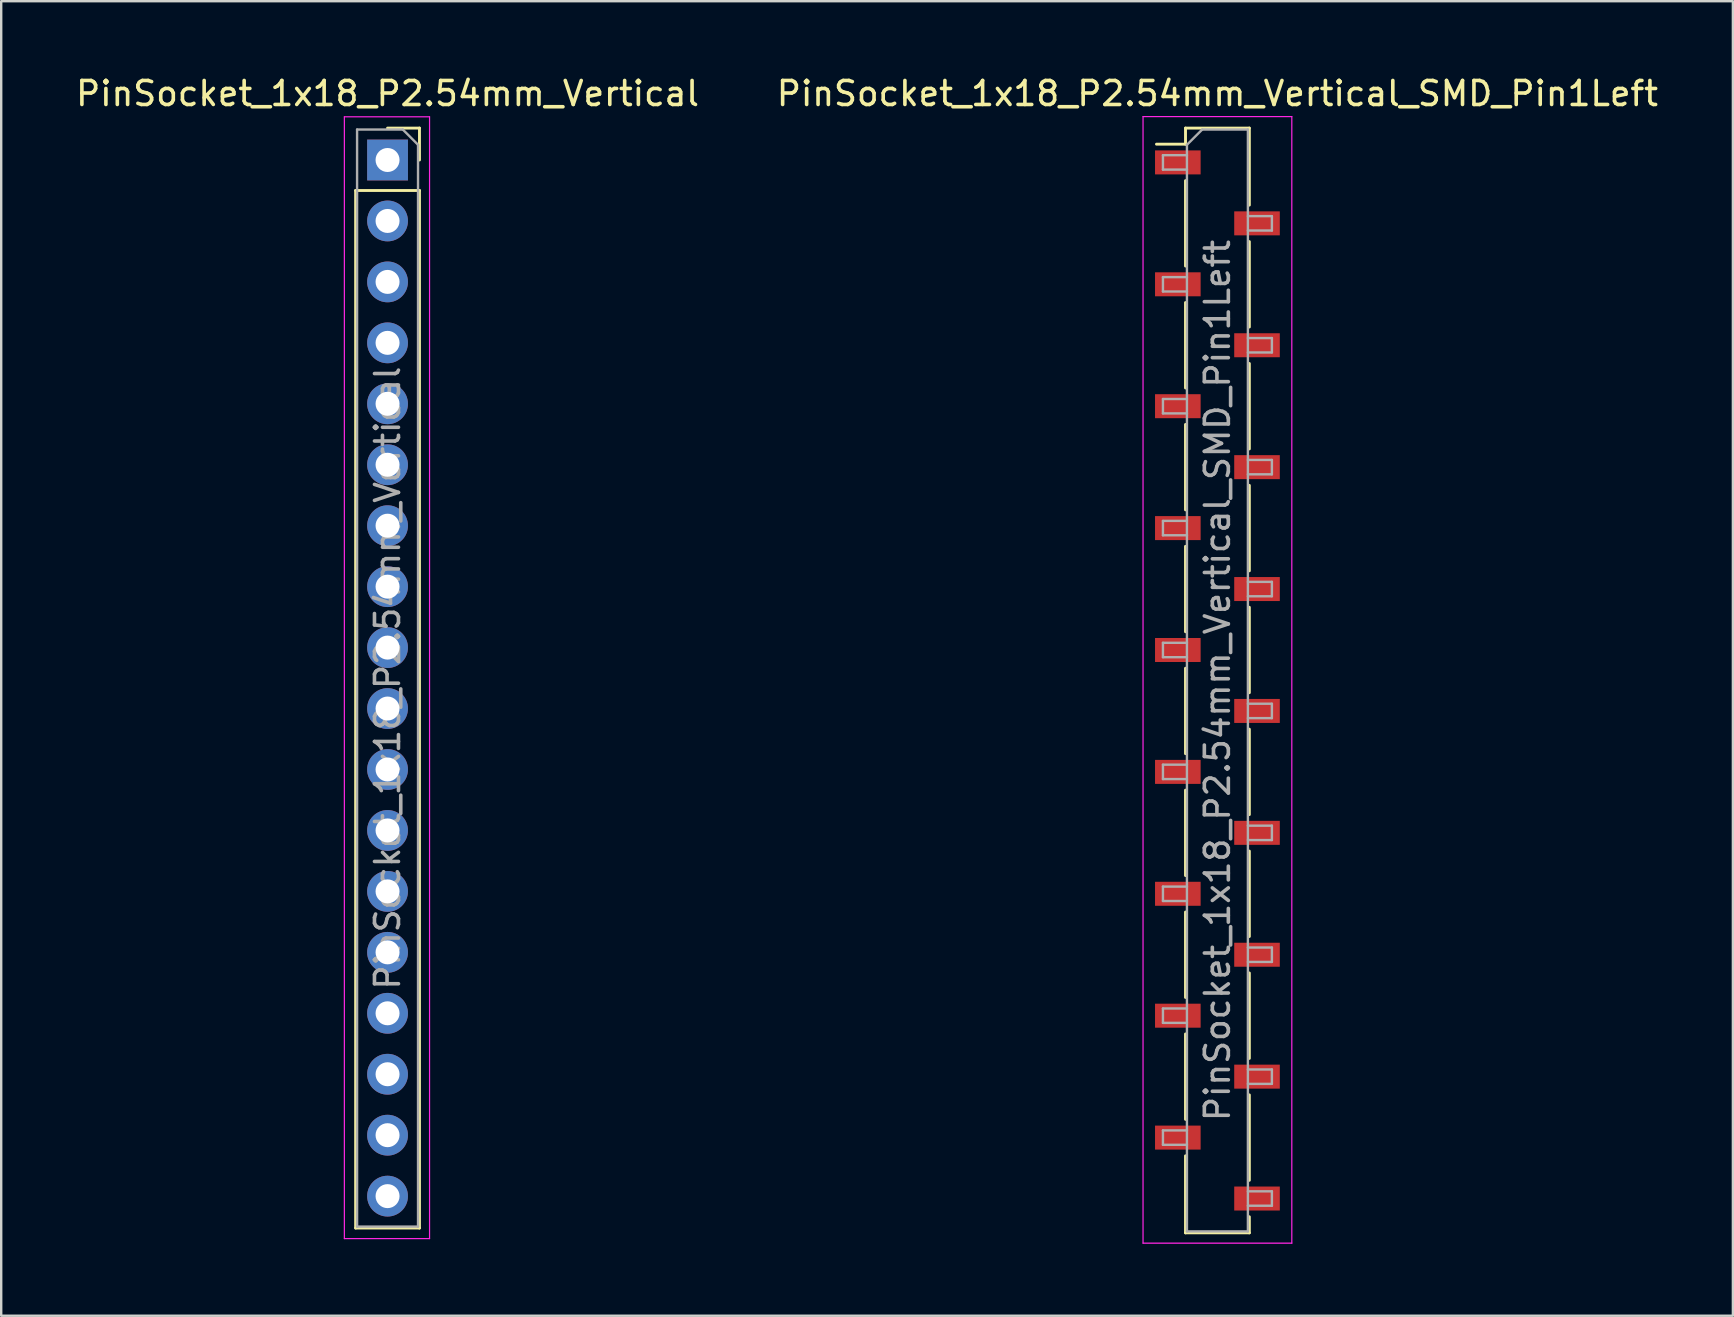
<source format=kicad_pcb>
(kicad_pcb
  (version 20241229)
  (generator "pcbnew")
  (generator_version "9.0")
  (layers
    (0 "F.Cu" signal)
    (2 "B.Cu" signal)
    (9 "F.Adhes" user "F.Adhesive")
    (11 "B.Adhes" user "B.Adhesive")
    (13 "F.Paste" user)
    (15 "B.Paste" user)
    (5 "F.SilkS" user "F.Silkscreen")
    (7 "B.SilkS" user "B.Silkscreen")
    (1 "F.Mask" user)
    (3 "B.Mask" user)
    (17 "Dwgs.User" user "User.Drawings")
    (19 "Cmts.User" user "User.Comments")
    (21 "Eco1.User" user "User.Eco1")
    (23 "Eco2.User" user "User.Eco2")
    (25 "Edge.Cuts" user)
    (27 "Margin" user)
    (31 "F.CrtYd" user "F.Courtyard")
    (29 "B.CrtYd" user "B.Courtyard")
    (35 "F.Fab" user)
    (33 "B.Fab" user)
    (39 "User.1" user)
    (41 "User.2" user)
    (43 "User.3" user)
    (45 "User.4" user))
  (footprint "PinSocket_1x18_P2.54mm_Vertical_SMD_Pin1Left"
    (layer "F.Cu")
    (at 47.685 25.308)
    (property "Reference" "PinSocket_1x18_P2.54mm_Vertical_SMD_Pin1Left" (at 0 -24.46 0) (layer "F.SilkS") (effects (font (size 1 1) (thickness 0.15))))
    (attr smd)
    (fp_line (start -2.54 -22.35) (end -1.33 -22.35) (stroke (width 0.12) (type solid)) (layer "F.SilkS"))
    (fp_line (start -1.33 -23.02) (end -1.33 -22.35) (stroke (width 0.12) (type solid)) (layer "F.SilkS"))
    (fp_line (start -1.33 -23.02) (end 1.33 -23.02) (stroke (width 0.12) (type solid)) (layer "F.SilkS"))
    (fp_line (start -1.33 -20.83) (end -1.33 -17.27) (stroke (width 0.12) (type solid)) (layer "F.SilkS"))
    (fp_line (start -1.33 -15.75) (end -1.33 -12.19) (stroke (width 0.12) (type solid)) (layer "F.SilkS"))
    (fp_line (start -1.33 -10.67) (end -1.33 -7.11) (stroke (width 0.12) (type solid)) (layer "F.SilkS"))
    (fp_line (start -1.33 -5.59) (end -1.33 -2.03) (stroke (width 0.12) (type solid)) (layer "F.SilkS"))
    (fp_line (start -1.33 -0.51) (end -1.33 3.05) (stroke (width 0.12) (type solid)) (layer "F.SilkS"))
    (fp_line (start -1.33 4.57) (end -1.33 8.13) (stroke (width 0.12) (type solid)) (layer "F.SilkS"))
    (fp_line (start -1.33 9.65) (end -1.33 13.21) (stroke (width 0.12) (type solid)) (layer "F.SilkS"))
    (fp_line (start -1.33 14.73) (end -1.33 18.29) (stroke (width 0.12) (type solid)) (layer "F.SilkS"))
    (fp_line (start -1.33 19.81) (end -1.33 23.02) (stroke (width 0.12) (type solid)) (layer "F.SilkS"))
    (fp_line (start -1.33 23.02) (end 1.33 23.02) (stroke (width 0.12) (type solid)) (layer "F.SilkS"))
    (fp_line (start 1.33 -23.02) (end 1.33 -19.81) (stroke (width 0.12) (type solid)) (layer "F.SilkS"))
    (fp_line (start 1.33 -18.29) (end 1.33 -14.73) (stroke (width 0.12) (type solid)) (layer "F.SilkS"))
    (fp_line (start 1.33 -13.21) (end 1.33 -9.65) (stroke (width 0.12) (type solid)) (layer "F.SilkS"))
    (fp_line (start 1.33 -8.13) (end 1.33 -4.57) (stroke (width 0.12) (type solid)) (layer "F.SilkS"))
    (fp_line (start 1.33 -3.05) (end 1.33 0.51) (stroke (width 0.12) (type solid)) (layer "F.SilkS"))
    (fp_line (start 1.33 2.03) (end 1.33 5.59) (stroke (width 0.12) (type solid)) (layer "F.SilkS"))
    (fp_line (start 1.33 7.11) (end 1.33 10.67) (stroke (width 0.12) (type solid)) (layer "F.SilkS"))
    (fp_line (start 1.33 12.19) (end 1.33 15.75) (stroke (width 0.12) (type solid)) (layer "F.SilkS"))
    (fp_line (start 1.33 17.27) (end 1.33 20.83) (stroke (width 0.12) (type solid)) (layer "F.SilkS"))
    (fp_line (start 1.33 22.35) (end 1.33 23.02) (stroke (width 0.12) (type solid)) (layer "F.SilkS"))
    (fp_line (start -3.1 -23.5) (end 3.1 -23.5) (stroke (width 0.05) (type solid)) (layer "F.CrtYd"))
    (fp_line (start -3.1 23.45) (end -3.1 -23.5) (stroke (width 0.05) (type solid)) (layer "F.CrtYd"))
    (fp_line (start 3.1 -23.5) (end 3.1 23.45) (stroke (width 0.05) (type solid)) (layer "F.CrtYd"))
    (fp_line (start 3.1 23.45) (end -3.1 23.45) (stroke (width 0.05) (type solid)) (layer "F.CrtYd"))
    (fp_line (start -2.27 -21.89) (end -1.27 -21.89) (stroke (width 0.1) (type solid)) (layer "F.Fab"))
    (fp_line (start -2.27 -21.29) (end -2.27 -21.89) (stroke (width 0.1) (type solid)) (layer "F.Fab"))
    (fp_line (start -2.27 -16.81) (end -1.27 -16.81) (stroke (width 0.1) (type solid)) (layer "F.Fab"))
    (fp_line (start -2.27 -16.21) (end -2.27 -16.81) (stroke (width 0.1) (type solid)) (layer "F.Fab"))
    (fp_line (start -2.27 -11.73) (end -1.27 -11.73) (stroke (width 0.1) (type solid)) (layer "F.Fab"))
    (fp_line (start -2.27 -11.13) (end -2.27 -11.73) (stroke (width 0.1) (type solid)) (layer "F.Fab"))
    (fp_line (start -2.27 -6.65) (end -1.27 -6.65) (stroke (width 0.1) (type solid)) (layer "F.Fab"))
    (fp_line (start -2.27 -6.05) (end -2.27 -6.65) (stroke (width 0.1) (type solid)) (layer "F.Fab"))
    (fp_line (start -2.27 -1.57) (end -1.27 -1.57) (stroke (width 0.1) (type solid)) (layer "F.Fab"))
    (fp_line (start -2.27 -0.97) (end -2.27 -1.57) (stroke (width 0.1) (type solid)) (layer "F.Fab"))
    (fp_line (start -2.27 3.51) (end -1.27 3.51) (stroke (width 0.1) (type solid)) (layer "F.Fab"))
    (fp_line (start -2.27 4.11) (end -2.27 3.51) (stroke (width 0.1) (type solid)) (layer "F.Fab"))
    (fp_line (start -2.27 8.59) (end -1.27 8.59) (stroke (width 0.1) (type solid)) (layer "F.Fab"))
    (fp_line (start -2.27 9.19) (end -2.27 8.59) (stroke (width 0.1) (type solid)) (layer "F.Fab"))
    (fp_line (start -2.27 13.67) (end -1.27 13.67) (stroke (width 0.1) (type solid)) (layer "F.Fab"))
    (fp_line (start -2.27 14.27) (end -2.27 13.67) (stroke (width 0.1) (type solid)) (layer "F.Fab"))
    (fp_line (start -2.27 18.75) (end -1.27 18.75) (stroke (width 0.1) (type solid)) (layer "F.Fab"))
    (fp_line (start -2.27 19.35) (end -2.27 18.75) (stroke (width 0.1) (type solid)) (layer "F.Fab"))
    (fp_line (start -1.27 -22.325) (end -0.635 -22.96) (stroke (width 0.1) (type solid)) (layer "F.Fab"))
    (fp_line (start -1.27 -21.29) (end -2.27 -21.29) (stroke (width 0.1) (type solid)) (layer "F.Fab"))
    (fp_line (start -1.27 -16.21) (end -2.27 -16.21) (stroke (width 0.1) (type solid)) (layer "F.Fab"))
    (fp_line (start -1.27 -11.13) (end -2.27 -11.13) (stroke (width 0.1) (type solid)) (layer "F.Fab"))
    (fp_line (start -1.27 -6.05) (end -2.27 -6.05) (stroke (width 0.1) (type solid)) (layer "F.Fab"))
    (fp_line (start -1.27 -0.97) (end -2.27 -0.97) (stroke (width 0.1) (type solid)) (layer "F.Fab"))
    (fp_line (start -1.27 4.11) (end -2.27 4.11) (stroke (width 0.1) (type solid)) (layer "F.Fab"))
    (fp_line (start -1.27 9.19) (end -2.27 9.19) (stroke (width 0.1) (type solid)) (layer "F.Fab"))
    (fp_line (start -1.27 14.27) (end -2.27 14.27) (stroke (width 0.1) (type solid)) (layer "F.Fab"))
    (fp_line (start -1.27 19.35) (end -2.27 19.35) (stroke (width 0.1) (type solid)) (layer "F.Fab"))
    (fp_line (start -1.27 22.96) (end -1.27 -22.325) (stroke (width 0.1) (type solid)) (layer "F.Fab"))
    (fp_line (start -0.635 -22.96) (end 1.27 -22.96) (stroke (width 0.1) (type solid)) (layer "F.Fab"))
    (fp_line (start 1.27 -22.96) (end 1.27 22.96) (stroke (width 0.1) (type solid)) (layer "F.Fab"))
    (fp_line (start 1.27 -19.35) (end 2.27 -19.35) (stroke (width 0.1) (type solid)) (layer "F.Fab"))
    (fp_line (start 1.27 -14.27) (end 2.27 -14.27) (stroke (width 0.1) (type solid)) (layer "F.Fab"))
    (fp_line (start 1.27 -9.19) (end 2.27 -9.19) (stroke (width 0.1) (type solid)) (layer "F.Fab"))
    (fp_line (start 1.27 -4.11) (end 2.27 -4.11) (stroke (width 0.1) (type solid)) (layer "F.Fab"))
    (fp_line (start 1.27 0.97) (end 2.27 0.97) (stroke (width 0.1) (type solid)) (layer "F.Fab"))
    (fp_line (start 1.27 6.05) (end 2.27 6.05) (stroke (width 0.1) (type solid)) (layer "F.Fab"))
    (fp_line (start 1.27 11.13) (end 2.27 11.13) (stroke (width 0.1) (type solid)) (layer "F.Fab"))
    (fp_line (start 1.27 16.21) (end 2.27 16.21) (stroke (width 0.1) (type solid)) (layer "F.Fab"))
    (fp_line (start 1.27 21.29) (end 2.27 21.29) (stroke (width 0.1) (type solid)) (layer "F.Fab"))
    (fp_line (start 1.27 22.96) (end -1.27 22.96) (stroke (width 0.1) (type solid)) (layer "F.Fab"))
    (fp_line (start 2.27 -19.35) (end 2.27 -18.75) (stroke (width 0.1) (type solid)) (layer "F.Fab"))
    (fp_line (start 2.27 -18.75) (end 1.27 -18.75) (stroke (width 0.1) (type solid)) (layer "F.Fab"))
    (fp_line (start 2.27 -14.27) (end 2.27 -13.67) (stroke (width 0.1) (type solid)) (layer "F.Fab"))
    (fp_line (start 2.27 -13.67) (end 1.27 -13.67) (stroke (width 0.1) (type solid)) (layer "F.Fab"))
    (fp_line (start 2.27 -9.19) (end 2.27 -8.59) (stroke (width 0.1) (type solid)) (layer "F.Fab"))
    (fp_line (start 2.27 -8.59) (end 1.27 -8.59) (stroke (width 0.1) (type solid)) (layer "F.Fab"))
    (fp_line (start 2.27 -4.11) (end 2.27 -3.51) (stroke (width 0.1) (type solid)) (layer "F.Fab"))
    (fp_line (start 2.27 -3.51) (end 1.27 -3.51) (stroke (width 0.1) (type solid)) (layer "F.Fab"))
    (fp_line (start 2.27 0.97) (end 2.27 1.57) (stroke (width 0.1) (type solid)) (layer "F.Fab"))
    (fp_line (start 2.27 1.57) (end 1.27 1.57) (stroke (width 0.1) (type solid)) (layer "F.Fab"))
    (fp_line (start 2.27 6.05) (end 2.27 6.65) (stroke (width 0.1) (type solid)) (layer "F.Fab"))
    (fp_line (start 2.27 6.65) (end 1.27 6.65) (stroke (width 0.1) (type solid)) (layer "F.Fab"))
    (fp_line (start 2.27 11.13) (end 2.27 11.73) (stroke (width 0.1) (type solid)) (layer "F.Fab"))
    (fp_line (start 2.27 11.73) (end 1.27 11.73) (stroke (width 0.1) (type solid)) (layer "F.Fab"))
    (fp_line (start 2.27 16.21) (end 2.27 16.81) (stroke (width 0.1) (type solid)) (layer "F.Fab"))
    (fp_line (start 2.27 16.81) (end 1.27 16.81) (stroke (width 0.1) (type solid)) (layer "F.Fab"))
    (fp_line (start 2.27 21.29) (end 2.27 21.89) (stroke (width 0.1) (type solid)) (layer "F.Fab"))
    (fp_line (start 2.27 21.89) (end 1.27 21.89) (stroke (width 0.1) (type solid)) (layer "F.Fab"))
    (fp_text user "${REFERENCE}" (at 0 0 90) (layer "F.Fab") (effects (font (size 1 1) (thickness 0.15))))
    (pad "1" smd rect (at -1.65 -21.59) (size 1.9 1) (layers "F.Cu" "F.Mask" "F.Paste"))
    (pad "2" smd rect (at 1.65 -19.05) (size 1.9 1) (layers "F.Cu" "F.Mask" "F.Paste"))
    (pad "3" smd rect (at -1.65 -16.51) (size 1.9 1) (layers "F.Cu" "F.Mask" "F.Paste"))
    (pad "4" smd rect (at 1.65 -13.97) (size 1.9 1) (layers "F.Cu" "F.Mask" "F.Paste"))
    (pad "5" smd rect (at -1.65 -11.43) (size 1.9 1) (layers "F.Cu" "F.Mask" "F.Paste"))
    (pad "6" smd rect (at 1.65 -8.89) (size 1.9 1) (layers "F.Cu" "F.Mask" "F.Paste"))
    (pad "7" smd rect (at -1.65 -6.35) (size 1.9 1) (layers "F.Cu" "F.Mask" "F.Paste"))
    (pad "8" smd rect (at 1.65 -3.81) (size 1.9 1) (layers "F.Cu" "F.Mask" "F.Paste"))
    (pad "9" smd rect (at -1.65 -1.27) (size 1.9 1) (layers "F.Cu" "F.Mask" "F.Paste"))
    (pad "10" smd rect (at 1.65 1.27) (size 1.9 1) (layers "F.Cu" "F.Mask" "F.Paste"))
    (pad "11" smd rect (at -1.65 3.81) (size 1.9 1) (layers "F.Cu" "F.Mask" "F.Paste"))
    (pad "12" smd rect (at 1.65 6.35) (size 1.9 1) (layers "F.Cu" "F.Mask" "F.Paste"))
    (pad "13" smd rect (at -1.65 8.89) (size 1.9 1) (layers "F.Cu" "F.Mask" "F.Paste"))
    (pad "14" smd rect (at 1.65 11.43) (size 1.9 1) (layers "F.Cu" "F.Mask" "F.Paste"))
    (pad "15" smd rect (at -1.65 13.97) (size 1.9 1) (layers "F.Cu" "F.Mask" "F.Paste"))
    (pad "16" smd rect (at 1.65 16.51) (size 1.9 1) (layers "F.Cu" "F.Mask" "F.Paste"))
    (pad "17" smd rect (at -1.65 19.05) (size 1.9 1) (layers "F.Cu" "F.Mask" "F.Paste"))
    (pad "18" smd rect (at 1.65 21.59) (size 1.9 1) (layers "F.Cu" "F.Mask" "F.Paste")))
  (footprint "PinSocket_1x18_P2.54mm_Vertical"
    (layer "F.Cu")
    (at 13.101 3.618)
    (property "Reference" "PinSocket_1x18_P2.54mm_Vertical" (at 0 -2.77 0) (layer "F.SilkS") (effects (font (size 1 1) (thickness 0.15))))
    (attr through_hole)
    (fp_line (start -1.33 1.27) (end -1.33 44.51) (stroke (width 0.12) (type solid)) (layer "F.SilkS"))
    (fp_line (start -1.33 1.27) (end 1.33 1.27) (stroke (width 0.12) (type solid)) (layer "F.SilkS"))
    (fp_line (start -1.33 44.51) (end 1.33 44.51) (stroke (width 0.12) (type solid)) (layer "F.SilkS"))
    (fp_line (start 0 -1.33) (end 1.33 -1.33) (stroke (width 0.12) (type solid)) (layer "F.SilkS"))
    (fp_line (start 1.33 -1.33) (end 1.33 0) (stroke (width 0.12) (type solid)) (layer "F.SilkS"))
    (fp_line (start 1.33 1.27) (end 1.33 44.51) (stroke (width 0.12) (type solid)) (layer "F.SilkS"))
    (fp_line (start -1.8 -1.8) (end 1.75 -1.8) (stroke (width 0.05) (type solid)) (layer "F.CrtYd"))
    (fp_line (start -1.8 44.95) (end -1.8 -1.8) (stroke (width 0.05) (type solid)) (layer "F.CrtYd"))
    (fp_line (start 1.75 -1.8) (end 1.75 44.95) (stroke (width 0.05) (type solid)) (layer "F.CrtYd"))
    (fp_line (start 1.75 44.95) (end -1.8 44.95) (stroke (width 0.05) (type solid)) (layer "F.CrtYd"))
    (fp_line (start -1.27 -1.27) (end 0.635 -1.27) (stroke (width 0.1) (type solid)) (layer "F.Fab"))
    (fp_line (start -1.27 44.45) (end -1.27 -1.27) (stroke (width 0.1) (type solid)) (layer "F.Fab"))
    (fp_line (start 0.635 -1.27) (end 1.27 -0.635) (stroke (width 0.1) (type solid)) (layer "F.Fab"))
    (fp_line (start 1.27 -0.635) (end 1.27 44.45) (stroke (width 0.1) (type solid)) (layer "F.Fab"))
    (fp_line (start 1.27 44.45) (end -1.27 44.45) (stroke (width 0.1) (type solid)) (layer "F.Fab"))
    (fp_text user "${REFERENCE}" (at 0 21.59 90) (layer "F.Fab") (effects (font (size 1 1) (thickness 0.15))))
    (pad "1" thru_hole rect (at 0 0) (size 1.7 1.7) (drill 1) (layers "*.Cu" "*.Mask"))
    (pad "2" thru_hole oval (at 0 2.54) (size 1.7 1.7) (drill 1) (layers "*.Cu" "*.Mask"))
    (pad "3" thru_hole oval (at 0 5.08) (size 1.7 1.7) (drill 1) (layers "*.Cu" "*.Mask"))
    (pad "4" thru_hole oval (at 0 7.62) (size 1.7 1.7) (drill 1) (layers "*.Cu" "*.Mask"))
    (pad "5" thru_hole oval (at 0 10.16) (size 1.7 1.7) (drill 1) (layers "*.Cu" "*.Mask"))
    (pad "6" thru_hole oval (at 0 12.7) (size 1.7 1.7) (drill 1) (layers "*.Cu" "*.Mask"))
    (pad "7" thru_hole oval (at 0 15.24) (size 1.7 1.7) (drill 1) (layers "*.Cu" "*.Mask"))
    (pad "8" thru_hole oval (at 0 17.78) (size 1.7 1.7) (drill 1) (layers "*.Cu" "*.Mask"))
    (pad "9" thru_hole oval (at 0 20.32) (size 1.7 1.7) (drill 1) (layers "*.Cu" "*.Mask"))
    (pad "10" thru_hole oval (at 0 22.86) (size 1.7 1.7) (drill 1) (layers "*.Cu" "*.Mask"))
    (pad "11" thru_hole oval (at 0 25.4) (size 1.7 1.7) (drill 1) (layers "*.Cu" "*.Mask"))
    (pad "12" thru_hole oval (at 0 27.94) (size 1.7 1.7) (drill 1) (layers "*.Cu" "*.Mask"))
    (pad "13" thru_hole oval (at 0 30.48) (size 1.7 1.7) (drill 1) (layers "*.Cu" "*.Mask"))
    (pad "14" thru_hole oval (at 0 33.02) (size 1.7 1.7) (drill 1) (layers "*.Cu" "*.Mask"))
    (pad "15" thru_hole oval (at 0 35.56) (size 1.7 1.7) (drill 1) (layers "*.Cu" "*.Mask"))
    (pad "16" thru_hole oval (at 0 38.1) (size 1.7 1.7) (drill 1) (layers "*.Cu" "*.Mask"))
    (pad "17" thru_hole oval (at 0 40.64) (size 1.7 1.7) (drill 1) (layers "*.Cu" "*.Mask"))
    (pad "18" thru_hole oval (at 0 43.18) (size 1.7 1.7) (drill 1) (layers "*.Cu" "*.Mask")))
  (gr_rect
    (start -3 -3)
    (end 69.167 51.783)
    (stroke (width 0.1) (type default))
    (fill no)
    (layer "Edge.Cuts")))
</source>
